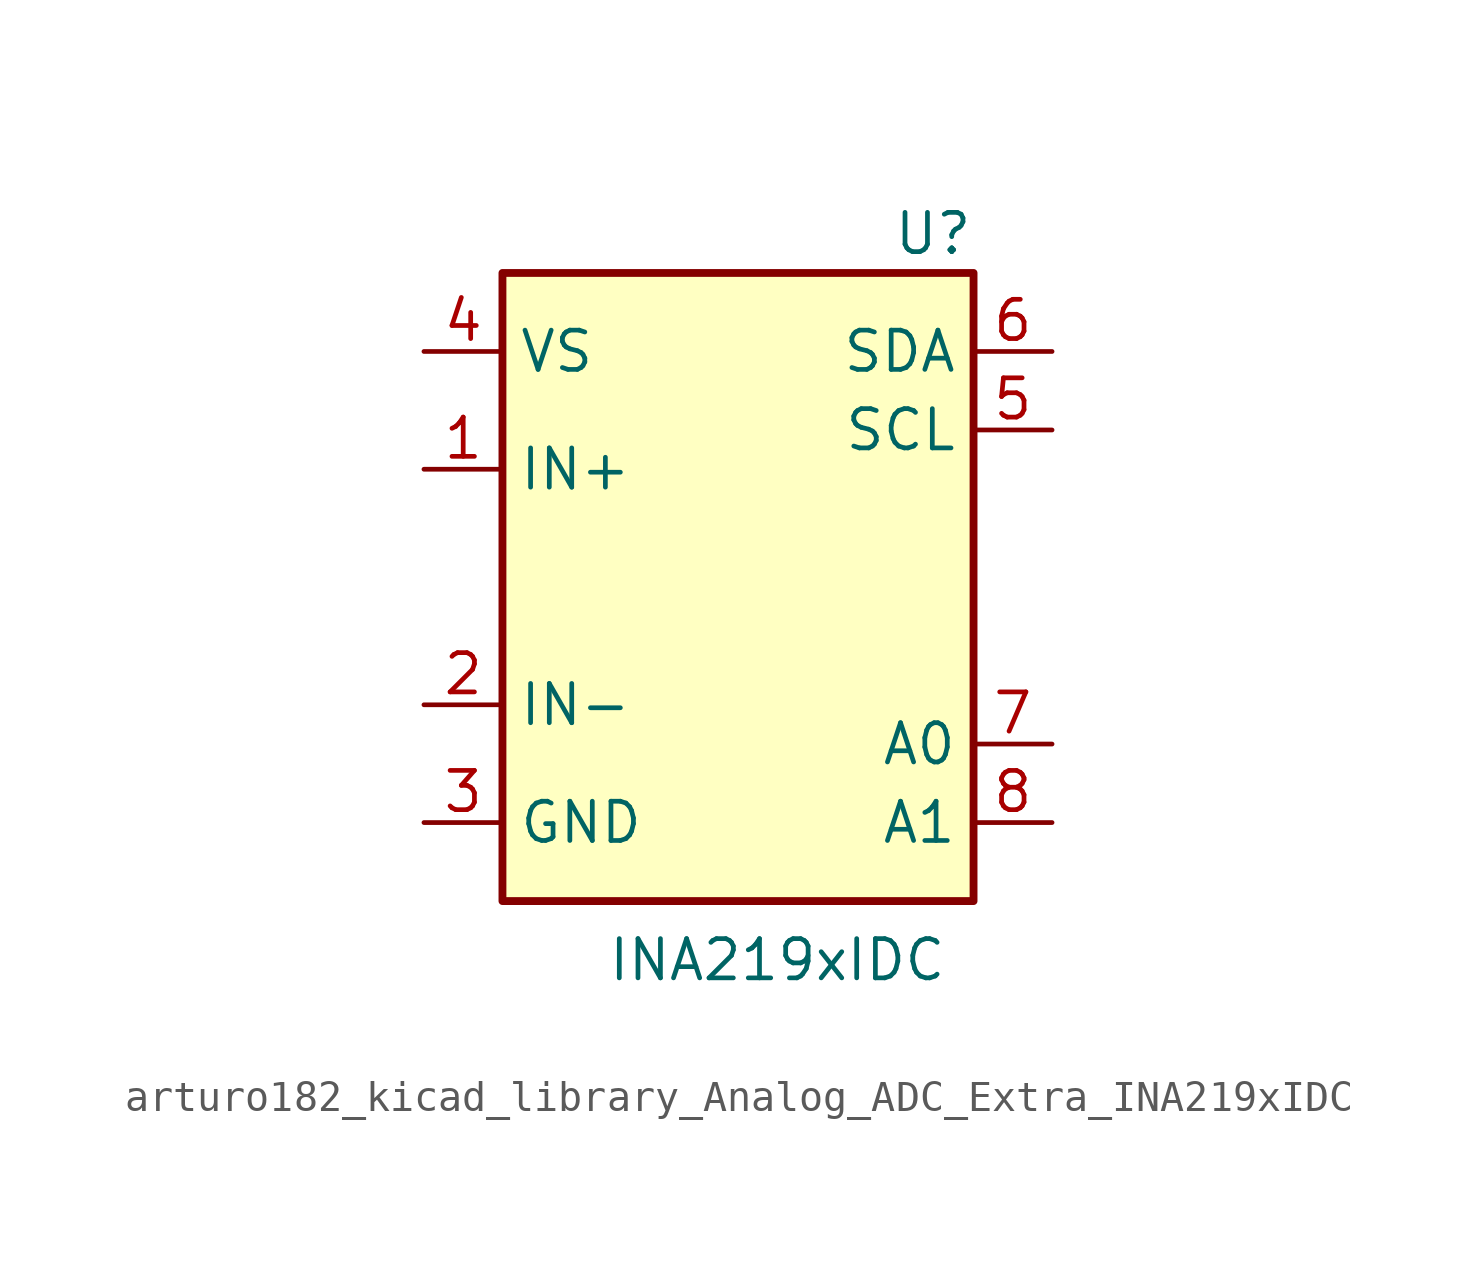
<source format=kicad_sym>
(kicad_symbol_lib
  (version 20220914)
  (generator kicad_symbol_editor)
  (symbol "Analog_ADC_Extra:arturo182_kicad_library_Analog_ADC_Extra_INA219xIDC"
    (pin_names
      (offset 0.508))
    (property "Reference" "U"
      (at 7.62 11.43 0)
      (effects (font (size 1.27 1.27)) (justify right)))
    (property "Value" "INA219xIDC"
      (at 1.27 -12.065 0)
      (effects (font (size 1.27 1.27))))
    (symbol "arturo182_kicad_library_Analog_ADC_Extra_INA219xIDC_0_1"
      (rectangle (start -7.62 10.16) (end 7.62 -10.16) (stroke (width 0.254)) (fill (type background))))
    (symbol "arturo182_kicad_library_Analog_ADC_Extra_INA219xIDC_1_1"
      (pin input line (at -10.16 3.81 0) (length 2.54) (name "IN+" (effects (font (size 1.27 1.27)))) (number "1" (effects (font (size 1.27 1.27)))))
      (pin input line (at -10.16 -3.81 0) (length 2.54) (name "IN-" (effects (font (size 1.27 1.27)))) (number "2" (effects (font (size 1.27 1.27)))))
      (pin power_in line (at -10.16 -7.62 0) (length 2.54) (name "GND" (effects (font (size 1.27 1.27)))) (number "3" (effects (font (size 1.27 1.27)))))
      (pin power_in line (at -10.16 7.62 0) (length 2.54) (name "VS" (effects (font (size 1.27 1.27)))) (number "4" (effects (font (size 1.27 1.27)))))
      (pin input line (at 10.16 5.08 180) (length 2.54) (name "SCL" (effects (font (size 1.27 1.27)))) (number "5" (effects (font (size 1.27 1.27)))))
      (pin bidirectional line (at 10.16 7.62 180) (length 2.54) (name "SDA" (effects (font (size 1.27 1.27)))) (number "6" (effects (font (size 1.27 1.27)))))
      (pin input line (at 10.16 -5.08 180) (length 2.54) (name "A0" (effects (font (size 1.27 1.27)))) (number "7" (effects (font (size 1.27 1.27)))))
      (pin input line (at 10.16 -7.62 180) (length 2.54) (name "A1" (effects (font (size 1.27 1.27)))) (number "8" (effects (font (size 1.27 1.27))))))))
</source>
